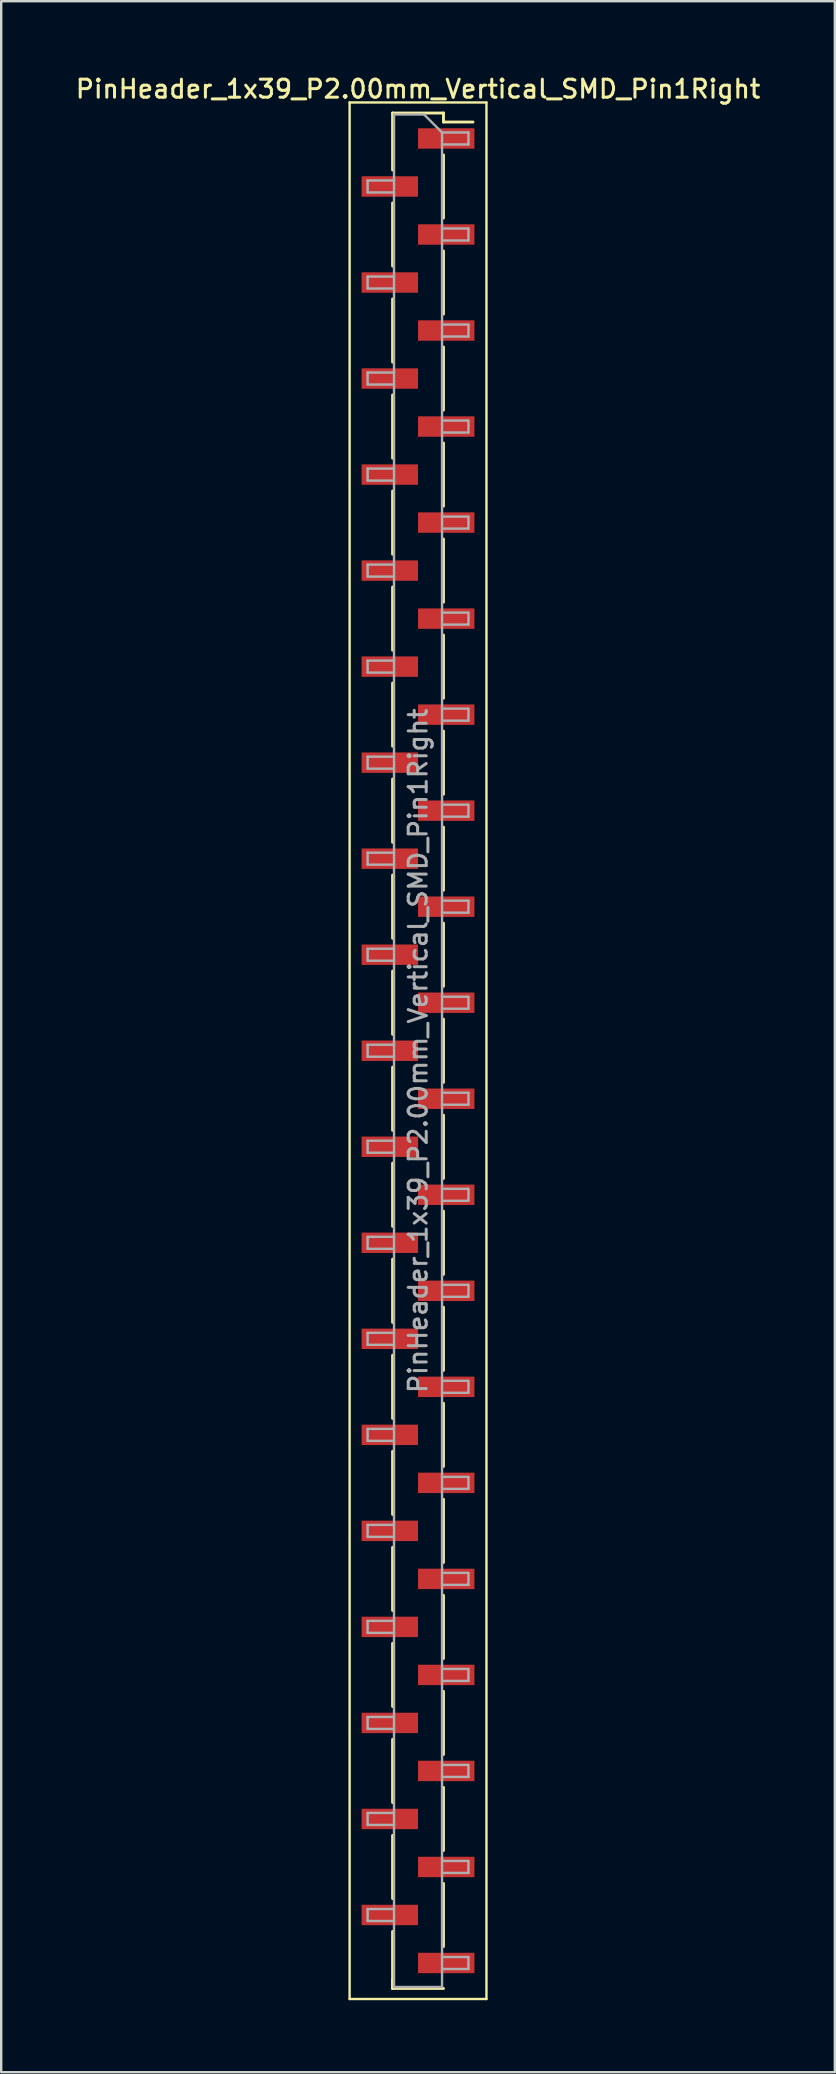
<source format=kicad_pcb>
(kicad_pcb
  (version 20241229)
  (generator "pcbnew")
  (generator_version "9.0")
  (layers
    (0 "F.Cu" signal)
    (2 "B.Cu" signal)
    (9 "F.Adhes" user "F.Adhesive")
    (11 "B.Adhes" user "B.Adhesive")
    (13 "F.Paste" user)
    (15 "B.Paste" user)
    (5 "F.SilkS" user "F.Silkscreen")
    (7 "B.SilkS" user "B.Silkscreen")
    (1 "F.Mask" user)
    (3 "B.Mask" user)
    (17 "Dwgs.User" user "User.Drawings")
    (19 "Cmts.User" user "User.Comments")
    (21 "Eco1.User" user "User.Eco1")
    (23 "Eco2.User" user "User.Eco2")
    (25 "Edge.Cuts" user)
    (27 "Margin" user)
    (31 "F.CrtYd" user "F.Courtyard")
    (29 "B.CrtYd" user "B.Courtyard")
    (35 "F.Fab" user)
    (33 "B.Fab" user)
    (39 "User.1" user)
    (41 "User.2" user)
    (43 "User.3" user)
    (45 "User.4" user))
  (footprint "PinHeader_1x39_P2.00mm_Vertical_SMD_Pin1Right"
    (layer "F.Cu")
    (at 14.363 40.718)
    (property "Reference" "PinHeader_1x39_P2.00mm_Vertical_SMD_Pin1Right" (at 0 -40.06 0) (layer "F.SilkS") (effects (font (size 0.75 0.75) (thickness 0.125))))
    (attr smd)
    (fp_line (start -2.85 -39.5) (end -2.85 39.5) (stroke (width 0.1) (type solid)) (layer "F.SilkS"))
    (fp_line (start -2.85 39.5) (end 2.85 39.5) (stroke (width 0.1) (type solid)) (layer "F.SilkS"))
    (fp_line (start -1.06 -39.06) (end -1.06 -36.685) (stroke (width 0.12) (type solid)) (layer "F.SilkS"))
    (fp_line (start -1.06 -39.06) (end 1.06 -39.06) (stroke (width 0.12) (type solid)) (layer "F.SilkS"))
    (fp_line (start -1.06 -35.315) (end -1.06 -32.685) (stroke (width 0.12) (type solid)) (layer "F.SilkS"))
    (fp_line (start -1.06 -31.315) (end -1.06 -28.685) (stroke (width 0.12) (type solid)) (layer "F.SilkS"))
    (fp_line (start -1.06 -27.315) (end -1.06 -24.685) (stroke (width 0.12) (type solid)) (layer "F.SilkS"))
    (fp_line (start -1.06 -23.315) (end -1.06 -20.685) (stroke (width 0.12) (type solid)) (layer "F.SilkS"))
    (fp_line (start -1.06 -19.315) (end -1.06 -16.685) (stroke (width 0.12) (type solid)) (layer "F.SilkS"))
    (fp_line (start -1.06 -15.315) (end -1.06 -12.685) (stroke (width 0.12) (type solid)) (layer "F.SilkS"))
    (fp_line (start -1.06 -11.315) (end -1.06 -8.685) (stroke (width 0.12) (type solid)) (layer "F.SilkS"))
    (fp_line (start -1.06 -7.315) (end -1.06 -4.685) (stroke (width 0.12) (type solid)) (layer "F.SilkS"))
    (fp_line (start -1.06 -3.315) (end -1.06 -0.685) (stroke (width 0.12) (type solid)) (layer "F.SilkS"))
    (fp_line (start -1.06 0.685) (end -1.06 3.315) (stroke (width 0.12) (type solid)) (layer "F.SilkS"))
    (fp_line (start -1.06 4.685) (end -1.06 7.315) (stroke (width 0.12) (type solid)) (layer "F.SilkS"))
    (fp_line (start -1.06 8.685) (end -1.06 11.315) (stroke (width 0.12) (type solid)) (layer "F.SilkS"))
    (fp_line (start -1.06 12.685) (end -1.06 15.315) (stroke (width 0.12) (type solid)) (layer "F.SilkS"))
    (fp_line (start -1.06 16.685) (end -1.06 19.315) (stroke (width 0.12) (type solid)) (layer "F.SilkS"))
    (fp_line (start -1.06 20.685) (end -1.06 23.315) (stroke (width 0.12) (type solid)) (layer "F.SilkS"))
    (fp_line (start -1.06 24.685) (end -1.06 27.315) (stroke (width 0.12) (type solid)) (layer "F.SilkS"))
    (fp_line (start -1.06 28.685) (end -1.06 31.315) (stroke (width 0.12) (type solid)) (layer "F.SilkS"))
    (fp_line (start -1.06 32.685) (end -1.06 35.315) (stroke (width 0.12) (type solid)) (layer "F.SilkS"))
    (fp_line (start -1.06 36.685) (end -1.06 39.06) (stroke (width 0.12) (type solid)) (layer "F.SilkS"))
    (fp_line (start -1.06 38.685) (end -1.06 39.06) (stroke (width 0.12) (type solid)) (layer "F.SilkS"))
    (fp_line (start -1.06 39.06) (end 1.06 39.06) (stroke (width 0.12) (type solid)) (layer "F.SilkS"))
    (fp_line (start 1.06 -39.06) (end 1.06 -38.685) (stroke (width 0.12) (type solid)) (layer "F.SilkS"))
    (fp_line (start 1.06 -38.685) (end 2.29 -38.685) (stroke (width 0.12) (type solid)) (layer "F.SilkS"))
    (fp_line (start 1.06 -37.315) (end 1.06 -34.685) (stroke (width 0.12) (type solid)) (layer "F.SilkS"))
    (fp_line (start 1.06 -33.315) (end 1.06 -30.685) (stroke (width 0.12) (type solid)) (layer "F.SilkS"))
    (fp_line (start 1.06 -29.315) (end 1.06 -26.685) (stroke (width 0.12) (type solid)) (layer "F.SilkS"))
    (fp_line (start 1.06 -25.315) (end 1.06 -22.685) (stroke (width 0.12) (type solid)) (layer "F.SilkS"))
    (fp_line (start 1.06 -21.315) (end 1.06 -18.685) (stroke (width 0.12) (type solid)) (layer "F.SilkS"))
    (fp_line (start 1.06 -17.315) (end 1.06 -14.685) (stroke (width 0.12) (type solid)) (layer "F.SilkS"))
    (fp_line (start 1.06 -13.315) (end 1.06 -10.685) (stroke (width 0.12) (type solid)) (layer "F.SilkS"))
    (fp_line (start 1.06 -9.315) (end 1.06 -6.685) (stroke (width 0.12) (type solid)) (layer "F.SilkS"))
    (fp_line (start 1.06 -5.315) (end 1.06 -2.685) (stroke (width 0.12) (type solid)) (layer "F.SilkS"))
    (fp_line (start 1.06 -1.315) (end 1.06 1.315) (stroke (width 0.12) (type solid)) (layer "F.SilkS"))
    (fp_line (start 1.06 2.685) (end 1.06 5.315) (stroke (width 0.12) (type solid)) (layer "F.SilkS"))
    (fp_line (start 1.06 6.685) (end 1.06 9.315) (stroke (width 0.12) (type solid)) (layer "F.SilkS"))
    (fp_line (start 1.06 10.685) (end 1.06 13.315) (stroke (width 0.12) (type solid)) (layer "F.SilkS"))
    (fp_line (start 1.06 14.685) (end 1.06 17.315) (stroke (width 0.12) (type solid)) (layer "F.SilkS"))
    (fp_line (start 1.06 18.685) (end 1.06 21.315) (stroke (width 0.12) (type solid)) (layer "F.SilkS"))
    (fp_line (start 1.06 22.685) (end 1.06 25.315) (stroke (width 0.12) (type solid)) (layer "F.SilkS"))
    (fp_line (start 1.06 26.685) (end 1.06 29.315) (stroke (width 0.12) (type solid)) (layer "F.SilkS"))
    (fp_line (start 1.06 30.685) (end 1.06 33.315) (stroke (width 0.12) (type solid)) (layer "F.SilkS"))
    (fp_line (start 1.06 34.685) (end 1.06 37.315) (stroke (width 0.12) (type solid)) (layer "F.SilkS"))
    (fp_line (start 2.85 -39.5) (end -2.85 -39.5) (stroke (width 0.1) (type solid)) (layer "F.SilkS"))
    (fp_line (start 2.85 39.5) (end 2.85 -39.5) (stroke (width 0.1) (type solid)) (layer "F.SilkS"))
    (fp_line (start -2.1 -36.25) (end -2.1 -35.75) (stroke (width 0.1) (type solid)) (layer "F.Fab"))
    (fp_line (start -2.1 -35.75) (end -1 -35.75) (stroke (width 0.1) (type solid)) (layer "F.Fab"))
    (fp_line (start -2.1 -32.25) (end -2.1 -31.75) (stroke (width 0.1) (type solid)) (layer "F.Fab"))
    (fp_line (start -2.1 -31.75) (end -1 -31.75) (stroke (width 0.1) (type solid)) (layer "F.Fab"))
    (fp_line (start -2.1 -28.25) (end -2.1 -27.75) (stroke (width 0.1) (type solid)) (layer "F.Fab"))
    (fp_line (start -2.1 -27.75) (end -1 -27.75) (stroke (width 0.1) (type solid)) (layer "F.Fab"))
    (fp_line (start -2.1 -24.25) (end -2.1 -23.75) (stroke (width 0.1) (type solid)) (layer "F.Fab"))
    (fp_line (start -2.1 -23.75) (end -1 -23.75) (stroke (width 0.1) (type solid)) (layer "F.Fab"))
    (fp_line (start -2.1 -20.25) (end -2.1 -19.75) (stroke (width 0.1) (type solid)) (layer "F.Fab"))
    (fp_line (start -2.1 -19.75) (end -1 -19.75) (stroke (width 0.1) (type solid)) (layer "F.Fab"))
    (fp_line (start -2.1 -16.25) (end -2.1 -15.75) (stroke (width 0.1) (type solid)) (layer "F.Fab"))
    (fp_line (start -2.1 -15.75) (end -1 -15.75) (stroke (width 0.1) (type solid)) (layer "F.Fab"))
    (fp_line (start -2.1 -12.25) (end -2.1 -11.75) (stroke (width 0.1) (type solid)) (layer "F.Fab"))
    (fp_line (start -2.1 -11.75) (end -1 -11.75) (stroke (width 0.1) (type solid)) (layer "F.Fab"))
    (fp_line (start -2.1 -8.25) (end -2.1 -7.75) (stroke (width 0.1) (type solid)) (layer "F.Fab"))
    (fp_line (start -2.1 -7.75) (end -1 -7.75) (stroke (width 0.1) (type solid)) (layer "F.Fab"))
    (fp_line (start -2.1 -4.25) (end -2.1 -3.75) (stroke (width 0.1) (type solid)) (layer "F.Fab"))
    (fp_line (start -2.1 -3.75) (end -1 -3.75) (stroke (width 0.1) (type solid)) (layer "F.Fab"))
    (fp_line (start -2.1 -0.25) (end -2.1 0.25) (stroke (width 0.1) (type solid)) (layer "F.Fab"))
    (fp_line (start -2.1 0.25) (end -1 0.25) (stroke (width 0.1) (type solid)) (layer "F.Fab"))
    (fp_line (start -2.1 3.75) (end -2.1 4.25) (stroke (width 0.1) (type solid)) (layer "F.Fab"))
    (fp_line (start -2.1 4.25) (end -1 4.25) (stroke (width 0.1) (type solid)) (layer "F.Fab"))
    (fp_line (start -2.1 7.75) (end -2.1 8.25) (stroke (width 0.1) (type solid)) (layer "F.Fab"))
    (fp_line (start -2.1 8.25) (end -1 8.25) (stroke (width 0.1) (type solid)) (layer "F.Fab"))
    (fp_line (start -2.1 11.75) (end -2.1 12.25) (stroke (width 0.1) (type solid)) (layer "F.Fab"))
    (fp_line (start -2.1 12.25) (end -1 12.25) (stroke (width 0.1) (type solid)) (layer "F.Fab"))
    (fp_line (start -2.1 15.75) (end -2.1 16.25) (stroke (width 0.1) (type solid)) (layer "F.Fab"))
    (fp_line (start -2.1 16.25) (end -1 16.25) (stroke (width 0.1) (type solid)) (layer "F.Fab"))
    (fp_line (start -2.1 19.75) (end -2.1 20.25) (stroke (width 0.1) (type solid)) (layer "F.Fab"))
    (fp_line (start -2.1 20.25) (end -1 20.25) (stroke (width 0.1) (type solid)) (layer "F.Fab"))
    (fp_line (start -2.1 23.75) (end -2.1 24.25) (stroke (width 0.1) (type solid)) (layer "F.Fab"))
    (fp_line (start -2.1 24.25) (end -1 24.25) (stroke (width 0.1) (type solid)) (layer "F.Fab"))
    (fp_line (start -2.1 27.75) (end -2.1 28.25) (stroke (width 0.1) (type solid)) (layer "F.Fab"))
    (fp_line (start -2.1 28.25) (end -1 28.25) (stroke (width 0.1) (type solid)) (layer "F.Fab"))
    (fp_line (start -2.1 31.75) (end -2.1 32.25) (stroke (width 0.1) (type solid)) (layer "F.Fab"))
    (fp_line (start -2.1 32.25) (end -1 32.25) (stroke (width 0.1) (type solid)) (layer "F.Fab"))
    (fp_line (start -2.1 35.75) (end -2.1 36.25) (stroke (width 0.1) (type solid)) (layer "F.Fab"))
    (fp_line (start -2.1 36.25) (end -1 36.25) (stroke (width 0.1) (type solid)) (layer "F.Fab"))
    (fp_line (start -1 -39) (end -1 39) (stroke (width 0.1) (type solid)) (layer "F.Fab"))
    (fp_line (start -1 -39) (end 0.25 -39) (stroke (width 0.1) (type solid)) (layer "F.Fab"))
    (fp_line (start -1 -36.25) (end -2.1 -36.25) (stroke (width 0.1) (type solid)) (layer "F.Fab"))
    (fp_line (start -1 -32.25) (end -2.1 -32.25) (stroke (width 0.1) (type solid)) (layer "F.Fab"))
    (fp_line (start -1 -28.25) (end -2.1 -28.25) (stroke (width 0.1) (type solid)) (layer "F.Fab"))
    (fp_line (start -1 -24.25) (end -2.1 -24.25) (stroke (width 0.1) (type solid)) (layer "F.Fab"))
    (fp_line (start -1 -20.25) (end -2.1 -20.25) (stroke (width 0.1) (type solid)) (layer "F.Fab"))
    (fp_line (start -1 -16.25) (end -2.1 -16.25) (stroke (width 0.1) (type solid)) (layer "F.Fab"))
    (fp_line (start -1 -12.25) (end -2.1 -12.25) (stroke (width 0.1) (type solid)) (layer "F.Fab"))
    (fp_line (start -1 -8.25) (end -2.1 -8.25) (stroke (width 0.1) (type solid)) (layer "F.Fab"))
    (fp_line (start -1 -4.25) (end -2.1 -4.25) (stroke (width 0.1) (type solid)) (layer "F.Fab"))
    (fp_line (start -1 -0.25) (end -2.1 -0.25) (stroke (width 0.1) (type solid)) (layer "F.Fab"))
    (fp_line (start -1 3.75) (end -2.1 3.75) (stroke (width 0.1) (type solid)) (layer "F.Fab"))
    (fp_line (start -1 7.75) (end -2.1 7.75) (stroke (width 0.1) (type solid)) (layer "F.Fab"))
    (fp_line (start -1 11.75) (end -2.1 11.75) (stroke (width 0.1) (type solid)) (layer "F.Fab"))
    (fp_line (start -1 15.75) (end -2.1 15.75) (stroke (width 0.1) (type solid)) (layer "F.Fab"))
    (fp_line (start -1 19.75) (end -2.1 19.75) (stroke (width 0.1) (type solid)) (layer "F.Fab"))
    (fp_line (start -1 23.75) (end -2.1 23.75) (stroke (width 0.1) (type solid)) (layer "F.Fab"))
    (fp_line (start -1 27.75) (end -2.1 27.75) (stroke (width 0.1) (type solid)) (layer "F.Fab"))
    (fp_line (start -1 31.75) (end -2.1 31.75) (stroke (width 0.1) (type solid)) (layer "F.Fab"))
    (fp_line (start -1 35.75) (end -2.1 35.75) (stroke (width 0.1) (type solid)) (layer "F.Fab"))
    (fp_line (start 1 -38.25) (end 0.25 -39) (stroke (width 0.1) (type solid)) (layer "F.Fab"))
    (fp_line (start 1 -38.25) (end 2.1 -38.25) (stroke (width 0.1) (type solid)) (layer "F.Fab"))
    (fp_line (start 1 -34.25) (end 2.1 -34.25) (stroke (width 0.1) (type solid)) (layer "F.Fab"))
    (fp_line (start 1 -30.25) (end 2.1 -30.25) (stroke (width 0.1) (type solid)) (layer "F.Fab"))
    (fp_line (start 1 -26.25) (end 2.1 -26.25) (stroke (width 0.1) (type solid)) (layer "F.Fab"))
    (fp_line (start 1 -22.25) (end 2.1 -22.25) (stroke (width 0.1) (type solid)) (layer "F.Fab"))
    (fp_line (start 1 -18.25) (end 2.1 -18.25) (stroke (width 0.1) (type solid)) (layer "F.Fab"))
    (fp_line (start 1 -14.25) (end 2.1 -14.25) (stroke (width 0.1) (type solid)) (layer "F.Fab"))
    (fp_line (start 1 -10.25) (end 2.1 -10.25) (stroke (width 0.1) (type solid)) (layer "F.Fab"))
    (fp_line (start 1 -6.25) (end 2.1 -6.25) (stroke (width 0.1) (type solid)) (layer "F.Fab"))
    (fp_line (start 1 -2.25) (end 2.1 -2.25) (stroke (width 0.1) (type solid)) (layer "F.Fab"))
    (fp_line (start 1 1.75) (end 2.1 1.75) (stroke (width 0.1) (type solid)) (layer "F.Fab"))
    (fp_line (start 1 5.75) (end 2.1 5.75) (stroke (width 0.1) (type solid)) (layer "F.Fab"))
    (fp_line (start 1 9.75) (end 2.1 9.75) (stroke (width 0.1) (type solid)) (layer "F.Fab"))
    (fp_line (start 1 13.75) (end 2.1 13.75) (stroke (width 0.1) (type solid)) (layer "F.Fab"))
    (fp_line (start 1 17.75) (end 2.1 17.75) (stroke (width 0.1) (type solid)) (layer "F.Fab"))
    (fp_line (start 1 21.75) (end 2.1 21.75) (stroke (width 0.1) (type solid)) (layer "F.Fab"))
    (fp_line (start 1 25.75) (end 2.1 25.75) (stroke (width 0.1) (type solid)) (layer "F.Fab"))
    (fp_line (start 1 29.75) (end 2.1 29.75) (stroke (width 0.1) (type solid)) (layer "F.Fab"))
    (fp_line (start 1 33.75) (end 2.1 33.75) (stroke (width 0.1) (type solid)) (layer "F.Fab"))
    (fp_line (start 1 37.75) (end 2.1 37.75) (stroke (width 0.1) (type solid)) (layer "F.Fab"))
    (fp_line (start 1 39) (end -1 39) (stroke (width 0.1) (type solid)) (layer "F.Fab"))
    (fp_line (start 1 39) (end 1 -38.25) (stroke (width 0.1) (type solid)) (layer "F.Fab"))
    (fp_line (start 2.1 -38.25) (end 2.1 -37.75) (stroke (width 0.1) (type solid)) (layer "F.Fab"))
    (fp_line (start 2.1 -37.75) (end 1 -37.75) (stroke (width 0.1) (type solid)) (layer "F.Fab"))
    (fp_line (start 2.1 -34.25) (end 2.1 -33.75) (stroke (width 0.1) (type solid)) (layer "F.Fab"))
    (fp_line (start 2.1 -33.75) (end 1 -33.75) (stroke (width 0.1) (type solid)) (layer "F.Fab"))
    (fp_line (start 2.1 -30.25) (end 2.1 -29.75) (stroke (width 0.1) (type solid)) (layer "F.Fab"))
    (fp_line (start 2.1 -29.75) (end 1 -29.75) (stroke (width 0.1) (type solid)) (layer "F.Fab"))
    (fp_line (start 2.1 -26.25) (end 2.1 -25.75) (stroke (width 0.1) (type solid)) (layer "F.Fab"))
    (fp_line (start 2.1 -25.75) (end 1 -25.75) (stroke (width 0.1) (type solid)) (layer "F.Fab"))
    (fp_line (start 2.1 -22.25) (end 2.1 -21.75) (stroke (width 0.1) (type solid)) (layer "F.Fab"))
    (fp_line (start 2.1 -21.75) (end 1 -21.75) (stroke (width 0.1) (type solid)) (layer "F.Fab"))
    (fp_line (start 2.1 -18.25) (end 2.1 -17.75) (stroke (width 0.1) (type solid)) (layer "F.Fab"))
    (fp_line (start 2.1 -17.75) (end 1 -17.75) (stroke (width 0.1) (type solid)) (layer "F.Fab"))
    (fp_line (start 2.1 -14.25) (end 2.1 -13.75) (stroke (width 0.1) (type solid)) (layer "F.Fab"))
    (fp_line (start 2.1 -13.75) (end 1 -13.75) (stroke (width 0.1) (type solid)) (layer "F.Fab"))
    (fp_line (start 2.1 -10.25) (end 2.1 -9.75) (stroke (width 0.1) (type solid)) (layer "F.Fab"))
    (fp_line (start 2.1 -9.75) (end 1 -9.75) (stroke (width 0.1) (type solid)) (layer "F.Fab"))
    (fp_line (start 2.1 -6.25) (end 2.1 -5.75) (stroke (width 0.1) (type solid)) (layer "F.Fab"))
    (fp_line (start 2.1 -5.75) (end 1 -5.75) (stroke (width 0.1) (type solid)) (layer "F.Fab"))
    (fp_line (start 2.1 -2.25) (end 2.1 -1.75) (stroke (width 0.1) (type solid)) (layer "F.Fab"))
    (fp_line (start 2.1 -1.75) (end 1 -1.75) (stroke (width 0.1) (type solid)) (layer "F.Fab"))
    (fp_line (start 2.1 1.75) (end 2.1 2.25) (stroke (width 0.1) (type solid)) (layer "F.Fab"))
    (fp_line (start 2.1 2.25) (end 1 2.25) (stroke (width 0.1) (type solid)) (layer "F.Fab"))
    (fp_line (start 2.1 5.75) (end 2.1 6.25) (stroke (width 0.1) (type solid)) (layer "F.Fab"))
    (fp_line (start 2.1 6.25) (end 1 6.25) (stroke (width 0.1) (type solid)) (layer "F.Fab"))
    (fp_line (start 2.1 9.75) (end 2.1 10.25) (stroke (width 0.1) (type solid)) (layer "F.Fab"))
    (fp_line (start 2.1 10.25) (end 1 10.25) (stroke (width 0.1) (type solid)) (layer "F.Fab"))
    (fp_line (start 2.1 13.75) (end 2.1 14.25) (stroke (width 0.1) (type solid)) (layer "F.Fab"))
    (fp_line (start 2.1 14.25) (end 1 14.25) (stroke (width 0.1) (type solid)) (layer "F.Fab"))
    (fp_line (start 2.1 17.75) (end 2.1 18.25) (stroke (width 0.1) (type solid)) (layer "F.Fab"))
    (fp_line (start 2.1 18.25) (end 1 18.25) (stroke (width 0.1) (type solid)) (layer "F.Fab"))
    (fp_line (start 2.1 21.75) (end 2.1 22.25) (stroke (width 0.1) (type solid)) (layer "F.Fab"))
    (fp_line (start 2.1 22.25) (end 1 22.25) (stroke (width 0.1) (type solid)) (layer "F.Fab"))
    (fp_line (start 2.1 25.75) (end 2.1 26.25) (stroke (width 0.1) (type solid)) (layer "F.Fab"))
    (fp_line (start 2.1 26.25) (end 1 26.25) (stroke (width 0.1) (type solid)) (layer "F.Fab"))
    (fp_line (start 2.1 29.75) (end 2.1 30.25) (stroke (width 0.1) (type solid)) (layer "F.Fab"))
    (fp_line (start 2.1 30.25) (end 1 30.25) (stroke (width 0.1) (type solid)) (layer "F.Fab"))
    (fp_line (start 2.1 33.75) (end 2.1 34.25) (stroke (width 0.1) (type solid)) (layer "F.Fab"))
    (fp_line (start 2.1 34.25) (end 1 34.25) (stroke (width 0.1) (type solid)) (layer "F.Fab"))
    (fp_line (start 2.1 37.75) (end 2.1 38.25) (stroke (width 0.1) (type solid)) (layer "F.Fab"))
    (fp_line (start 2.1 38.25) (end 1 38.25) (stroke (width 0.1) (type solid)) (layer "F.Fab"))
    (fp_text user "${REFERENCE}" (at 0 0 90) (layer "F.Fab") (effects (font (size 0.75 0.75) (thickness 0.125))))
    (pad "1" smd rect (at 1.175 -38) (size 2.35 0.85) (layers "F.Cu" "F.Mask" "F.Paste"))
    (pad "2" smd rect (at -1.175 -36) (size 2.35 0.85) (layers "F.Cu" "F.Mask" "F.Paste"))
    (pad "3" smd rect (at 1.175 -34) (size 2.35 0.85) (layers "F.Cu" "F.Mask" "F.Paste"))
    (pad "4" smd rect (at -1.175 -32) (size 2.35 0.85) (layers "F.Cu" "F.Mask" "F.Paste"))
    (pad "5" smd rect (at 1.175 -30) (size 2.35 0.85) (layers "F.Cu" "F.Mask" "F.Paste"))
    (pad "6" smd rect (at -1.175 -28) (size 2.35 0.85) (layers "F.Cu" "F.Mask" "F.Paste"))
    (pad "7" smd rect (at 1.175 -26) (size 2.35 0.85) (layers "F.Cu" "F.Mask" "F.Paste"))
    (pad "8" smd rect (at -1.175 -24) (size 2.35 0.85) (layers "F.Cu" "F.Mask" "F.Paste"))
    (pad "9" smd rect (at 1.175 -22) (size 2.35 0.85) (layers "F.Cu" "F.Mask" "F.Paste"))
    (pad "10" smd rect (at -1.175 -20) (size 2.35 0.85) (layers "F.Cu" "F.Mask" "F.Paste"))
    (pad "11" smd rect (at 1.175 -18) (size 2.35 0.85) (layers "F.Cu" "F.Mask" "F.Paste"))
    (pad "12" smd rect (at -1.175 -16) (size 2.35 0.85) (layers "F.Cu" "F.Mask" "F.Paste"))
    (pad "13" smd rect (at 1.175 -14) (size 2.35 0.85) (layers "F.Cu" "F.Mask" "F.Paste"))
    (pad "14" smd rect (at -1.175 -12) (size 2.35 0.85) (layers "F.Cu" "F.Mask" "F.Paste"))
    (pad "15" smd rect (at 1.175 -10) (size 2.35 0.85) (layers "F.Cu" "F.Mask" "F.Paste"))
    (pad "16" smd rect (at -1.175 -8) (size 2.35 0.85) (layers "F.Cu" "F.Mask" "F.Paste"))
    (pad "17" smd rect (at 1.175 -6) (size 2.35 0.85) (layers "F.Cu" "F.Mask" "F.Paste"))
    (pad "18" smd rect (at -1.175 -4) (size 2.35 0.85) (layers "F.Cu" "F.Mask" "F.Paste"))
    (pad "19" smd rect (at 1.175 -2) (size 2.35 0.85) (layers "F.Cu" "F.Mask" "F.Paste"))
    (pad "20" smd rect (at -1.175 0) (size 2.35 0.85) (layers "F.Cu" "F.Mask" "F.Paste"))
    (pad "21" smd rect (at 1.175 2) (size 2.35 0.85) (layers "F.Cu" "F.Mask" "F.Paste"))
    (pad "22" smd rect (at -1.175 4) (size 2.35 0.85) (layers "F.Cu" "F.Mask" "F.Paste"))
    (pad "23" smd rect (at 1.175 6) (size 2.35 0.85) (layers "F.Cu" "F.Mask" "F.Paste"))
    (pad "24" smd rect (at -1.175 8) (size 2.35 0.85) (layers "F.Cu" "F.Mask" "F.Paste"))
    (pad "25" smd rect (at 1.175 10) (size 2.35 0.85) (layers "F.Cu" "F.Mask" "F.Paste"))
    (pad "26" smd rect (at -1.175 12) (size 2.35 0.85) (layers "F.Cu" "F.Mask" "F.Paste"))
    (pad "27" smd rect (at 1.175 14) (size 2.35 0.85) (layers "F.Cu" "F.Mask" "F.Paste"))
    (pad "28" smd rect (at -1.175 16) (size 2.35 0.85) (layers "F.Cu" "F.Mask" "F.Paste"))
    (pad "29" smd rect (at 1.175 18) (size 2.35 0.85) (layers "F.Cu" "F.Mask" "F.Paste"))
    (pad "30" smd rect (at -1.175 20) (size 2.35 0.85) (layers "F.Cu" "F.Mask" "F.Paste"))
    (pad "31" smd rect (at 1.175 22) (size 2.35 0.85) (layers "F.Cu" "F.Mask" "F.Paste"))
    (pad "32" smd rect (at -1.175 24) (size 2.35 0.85) (layers "F.Cu" "F.Mask" "F.Paste"))
    (pad "33" smd rect (at 1.175 26) (size 2.35 0.85) (layers "F.Cu" "F.Mask" "F.Paste"))
    (pad "34" smd rect (at -1.175 28) (size 2.35 0.85) (layers "F.Cu" "F.Mask" "F.Paste"))
    (pad "35" smd rect (at 1.175 30) (size 2.35 0.85) (layers "F.Cu" "F.Mask" "F.Paste"))
    (pad "36" smd rect (at -1.175 32) (size 2.35 0.85) (layers "F.Cu" "F.Mask" "F.Paste"))
    (pad "37" smd rect (at 1.175 34) (size 2.35 0.85) (layers "F.Cu" "F.Mask" "F.Paste"))
    (pad "38" smd rect (at -1.175 36) (size 2.35 0.85) (layers "F.Cu" "F.Mask" "F.Paste"))
    (pad "39" smd rect (at 1.175 38) (size 2.35 0.85) (layers "F.Cu" "F.Mask" "F.Paste")))
  (gr_rect
    (start -3 -3)
    (end 31.725 83.268)
    (stroke (width 0.1) (type default))
    (fill no)
    (layer "Edge.Cuts")))
</source>
